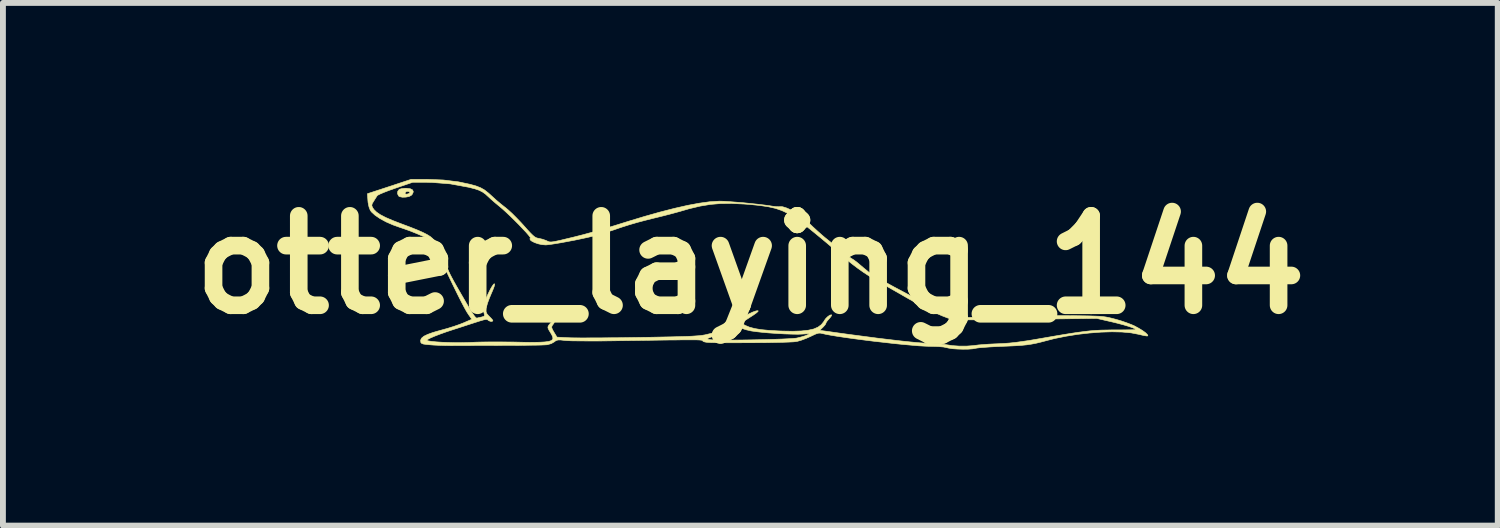
<source format=kicad_pcb>
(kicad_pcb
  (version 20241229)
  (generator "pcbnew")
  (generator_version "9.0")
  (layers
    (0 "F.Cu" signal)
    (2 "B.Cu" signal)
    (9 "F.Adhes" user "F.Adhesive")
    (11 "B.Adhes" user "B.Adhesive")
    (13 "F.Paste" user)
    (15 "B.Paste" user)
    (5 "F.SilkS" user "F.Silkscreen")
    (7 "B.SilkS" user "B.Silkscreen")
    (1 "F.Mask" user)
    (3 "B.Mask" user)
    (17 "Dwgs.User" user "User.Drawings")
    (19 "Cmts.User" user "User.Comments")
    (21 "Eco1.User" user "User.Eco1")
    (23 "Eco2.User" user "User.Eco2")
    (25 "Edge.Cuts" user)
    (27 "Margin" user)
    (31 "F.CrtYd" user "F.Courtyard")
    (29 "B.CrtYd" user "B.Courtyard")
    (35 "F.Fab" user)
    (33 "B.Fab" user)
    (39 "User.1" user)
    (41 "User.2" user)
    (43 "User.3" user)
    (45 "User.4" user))
  (footprint "otter_laying_144"
    (layer "F.Cu")
    (at 9.732 1.461)
    (property "Reference" "otter_laying_144" (at 0 0 0) (layer "F.SilkS") (effects (font (size 1.524 1.524) (thickness 0.3))))
    (attr through_hole)
    (fp_poly (pts (xy -5.794 -1.296) (xy -5.753 -1.275) (xy -5.741 -1.243) (xy -5.759 -1.202) (xy -5.774 -1.185) (xy -5.813 -1.164) (xy -5.868 -1.153) (xy -5.926 -1.151) (xy -5.974 -1.161) (xy -5.991 -1.172) (xy -6.01 -1.21) (xy -6.008 -1.228) (xy -5.882 -1.228) (xy -5.879 -1.207) (xy -5.852 -1.203) (xy -5.818 -1.213) (xy -5.8 -1.228) (xy -5.801 -1.238) (xy -5.826 -1.252) (xy -5.859 -1.248) (xy -5.882 -1.228) (xy -5.882 -1.228) (xy -6.008 -1.228) (xy -6.006 -1.253) (xy -5.981 -1.285) (xy -5.979 -1.286) (xy -5.942 -1.297) (xy -5.889 -1.303) (xy -5.863 -1.304) (xy -5.794 -1.296)) (stroke (width 0.01) (type solid)) (fill yes) (layer "F.SilkS"))
    (fp_poly (pts (xy -5.518 -1.456) (xy -5.233 -1.445) (xy -4.971 -1.413) (xy -4.773 -1.371) (xy -4.673 -1.343) (xy -4.594 -1.312) (xy -4.527 -1.274) (xy -4.46 -1.221) (xy -4.399 -1.166) (xy -4.331 -1.104) (xy -4.255 -1.04) (xy -4.185 -0.984) (xy -4.175 -0.977) (xy -4.126 -0.936) (xy -4.06 -0.876) (xy -3.987 -0.803) (xy -3.911 -0.724) (xy -3.87 -0.679) (xy -3.799 -0.599) (xy -3.745 -0.541) (xy -3.705 -0.502) (xy -3.674 -0.476) (xy -3.647 -0.461) (xy -3.62 -0.453) (xy -3.601 -0.45) (xy -3.538 -0.435) (xy -3.477 -0.413) (xy -3.467 -0.408) (xy -3.443 -0.397) (xy -3.42 -0.39) (xy -3.393 -0.389) (xy -3.355 -0.393) (xy -3.299 -0.404) (xy -3.221 -0.421) (xy -3.164 -0.435) (xy -3.005 -0.473) (xy -2.848 -0.513) (xy -2.687 -0.557) (xy -2.514 -0.607) (xy -2.324 -0.664) (xy -2.109 -0.731) (xy -2.087 -0.738) (xy -1.803 -0.824) (xy -1.537 -0.899) (xy -1.291 -0.962) (xy -1.067 -1.013) (xy -0.867 -1.05) (xy -0.693 -1.074) (xy -0.547 -1.083) (xy -0.522 -1.084) (xy -0.452 -1.082) (xy -0.355 -1.076) (xy -0.241 -1.067) (xy -0.116 -1.057) (xy 0.011 -1.044) (xy 0.133 -1.031) (xy 0.242 -1.018) (xy 0.33 -1.006) (xy 0.373 -0.999) (xy 0.433 -0.991) (xy 0.487 -0.989) (xy 0.509 -0.991) (xy 0.55 -0.989) (xy 0.615 -0.969) (xy 0.695 -0.934) (xy 0.765 -0.9) (xy 0.825 -0.863) (xy 0.883 -0.819) (xy 0.949 -0.759) (xy 0.991 -0.718) (xy 1.066 -0.646) (xy 1.149 -0.57) (xy 1.228 -0.5) (xy 1.278 -0.458) (xy 1.357 -0.395) (xy 1.445 -0.323) (xy 1.528 -0.255) (xy 1.549 -0.238) (xy 1.612 -0.188) (xy 1.67 -0.144) (xy 1.716 -0.112) (xy 1.734 -0.101) (xy 1.767 -0.08) (xy 1.817 -0.042) (xy 1.877 0.008) (xy 1.93 0.053) (xy 2.016 0.124) (xy 2.106 0.188) (xy 2.188 0.238) (xy 2.202 0.246) (xy 2.282 0.287) (xy 2.371 0.335) (xy 2.453 0.38) (xy 2.459 0.383) (xy 2.73 0.527) (xy 3.034 0.67) (xy 3.274 0.773) (xy 3.58 0.9) (xy 4.317 0.88) (xy 4.496 0.876) (xy 4.685 0.872) (xy 4.877 0.869) (xy 5.064 0.867) (xy 5.24 0.866) (xy 5.396 0.866) (xy 5.527 0.867) (xy 5.537 0.867) (xy 5.678 0.869) (xy 5.79 0.871) (xy 5.879 0.874) (xy 5.95 0.877) (xy 6.007 0.882) (xy 6.057 0.889) (xy 6.104 0.898) (xy 6.154 0.91) (xy 6.212 0.925) (xy 6.22 0.927) (xy 6.313 0.954) (xy 6.409 0.987) (xy 6.493 1.019) (xy 6.543 1.041) (xy 6.617 1.081) (xy 6.682 1.121) (xy 6.733 1.158) (xy 6.764 1.189) (xy 6.772 1.209) (xy 6.77 1.211) (xy 6.75 1.212) (xy 6.705 1.205) (xy 6.644 1.191) (xy 6.61 1.183) (xy 6.485 1.159) (xy 6.333 1.145) (xy 6.161 1.141) (xy 5.973 1.147) (xy 5.776 1.162) (xy 5.574 1.185) (xy 5.375 1.217) (xy 5.182 1.256) (xy 5.046 1.291) (xy 4.951 1.316) (xy 4.868 1.336) (xy 4.79 1.351) (xy 4.71 1.363) (xy 4.621 1.372) (xy 4.515 1.379) (xy 4.386 1.385) (xy 4.31 1.388) (xy 4.192 1.393) (xy 4.083 1.399) (xy 3.987 1.406) (xy 3.911 1.412) (xy 3.86 1.418) (xy 3.844 1.421) (xy 3.789 1.431) (xy 3.711 1.437) (xy 3.62 1.438) (xy 3.527 1.435) (xy 3.441 1.429) (xy 3.373 1.418) (xy 3.353 1.413) (xy 3.29 1.4) (xy 3.197 1.392) (xy 3.077 1.389) (xy 3.056 1.389) (xy 2.976 1.386) (xy 2.869 1.38) (xy 2.741 1.369) (xy 2.596 1.356) (xy 2.438 1.34) (xy 2.272 1.321) (xy 2.103 1.302) (xy 1.936 1.281) (xy 1.774 1.26) (xy 1.624 1.239) (xy 1.488 1.219) (xy 1.373 1.2) (xy 1.282 1.183) (xy 1.221 1.169) (xy 1.189 1.163) (xy 1.158 1.165) (xy 1.118 1.177) (xy 1.061 1.203) (xy 1.026 1.22) (xy 0.949 1.254) (xy 0.869 1.284) (xy 0.8 1.304) (xy 0.787 1.306) (xy 0.741 1.312) (xy 0.662 1.316) (xy 0.553 1.32) (xy 0.415 1.323) (xy 0.249 1.326) (xy 0.058 1.327) (xy -0.045 1.327) (xy -0.223 1.328) (xy -0.37 1.328) (xy -0.489 1.327) (xy -0.584 1.326) (xy -0.657 1.325) (xy -0.712 1.322) (xy -0.751 1.319) (xy -0.777 1.314) (xy -0.794 1.309) (xy -0.805 1.302) (xy -0.807 1.301) (xy -0.811 1.296) (xy -0.815 1.292) (xy -0.82 1.288) (xy -0.829 1.285) (xy -0.843 1.283) (xy -0.864 1.281) (xy -0.895 1.279) (xy -0.937 1.278) (xy -0.993 1.278) (xy -1.065 1.278) (xy -1.155 1.278) (xy -1.265 1.28) (xy -1.396 1.281) (xy -1.552 1.283) (xy -1.734 1.286) (xy -1.944 1.289) (xy -2.184 1.292) (xy -2.379 1.295) (xy -2.532 1.297) (xy -2.679 1.298) (xy -2.816 1.297) (xy -2.936 1.296) (xy -3.037 1.295) (xy -3.113 1.292) (xy -3.157 1.289) (xy -3.225 1.281) (xy -3.269 1.28) (xy -3.299 1.286) (xy -3.323 1.299) (xy -3.339 1.312) (xy -3.391 1.342) (xy -3.458 1.361) (xy -3.466 1.362) (xy -3.501 1.364) (xy -3.565 1.367) (xy -3.655 1.369) (xy -3.767 1.37) (xy -3.895 1.372) (xy -4.036 1.373) (xy -4.186 1.373) (xy -4.225 1.373) (xy -4.382 1.374) (xy -4.536 1.374) (xy -4.682 1.374) (xy -4.814 1.375) (xy -4.929 1.375) (xy -5.02 1.375) (xy -5.083 1.376) (xy -5.088 1.376) (xy -5.188 1.375) (xy -5.298 1.372) (xy -5.4 1.367) (xy -5.439 1.364) (xy -5.518 1.357) (xy -5.568 1.35) (xy -5.597 1.34) (xy -5.611 1.327) (xy -5.613 1.322) (xy -5.617 1.284) (xy -5.601 1.25) (xy -5.562 1.217) (xy -5.498 1.186) (xy -5.407 1.153) (xy -5.285 1.118) (xy -5.247 1.108) (xy -5.148 1.08) (xy -5.046 1.048) (xy -4.952 1.015) (xy -4.888 0.99) (xy -4.744 0.928) (xy -4.8 0.849) (xy -4.831 0.801) (xy -4.874 0.724) (xy -4.928 0.621) (xy -4.992 0.494) (xy -5.064 0.347) (xy -5.144 0.181) (xy -5.23 -0.001) (xy -5.282 -0.11) (xy -5.423 -0.415) (xy -5.595 -0.494) (xy -5.686 -0.533) (xy -5.793 -0.576) (xy -5.902 -0.615) (xy -5.965 -0.636) (xy -6.088 -0.68) (xy -6.205 -0.731) (xy -6.308 -0.787) (xy -6.393 -0.845) (xy -6.453 -0.9) (xy -6.474 -0.928) (xy -6.496 -0.985) (xy -6.501 -1.008) (xy -6.449 -1.008) (xy -6.434 -0.973) (xy -6.411 -0.94) (xy -6.368 -0.898) (xy -6.304 -0.854) (xy -6.214 -0.807) (xy -6.096 -0.756) (xy -5.948 -0.699) (xy -5.94 -0.696) (xy -5.793 -0.641) (xy -5.675 -0.594) (xy -5.581 -0.553) (xy -5.508 -0.516) (xy -5.453 -0.482) (xy -5.412 -0.447) (xy -5.38 -0.411) (xy -5.378 -0.408) (xy -5.343 -0.358) (xy -5.314 -0.311) (xy -5.287 -0.259) (xy -5.259 -0.196) (xy -5.226 -0.113) (xy -5.199 -0.041) (xy -5.177 0.017) (xy -5.157 0.067) (xy -5.137 0.114) (xy -5.115 0.161) (xy -5.087 0.215) (xy -5.053 0.278) (xy -5.009 0.356) (xy -4.954 0.452) (xy -4.885 0.571) (xy -4.855 0.623) (xy -4.793 0.729) (xy -4.744 0.809) (xy -4.707 0.863) (xy -4.681 0.895) (xy -4.663 0.908) (xy -4.658 0.908) (xy -4.623 0.899) (xy -4.576 0.889) (xy -4.575 0.889) (xy -4.536 0.876) (xy -4.527 0.857) (xy -4.529 0.852) (xy -4.548 0.779) (xy -4.546 0.709) (xy -4.538 0.675) (xy -4.52 0.618) (xy -4.493 0.552) (xy -4.461 0.482) (xy -4.429 0.418) (xy -4.398 0.365) (xy -4.374 0.331) (xy -4.361 0.322) (xy -4.355 0.333) (xy -4.363 0.367) (xy -4.386 0.428) (xy -4.415 0.495) (xy -4.448 0.574) (xy -4.476 0.65) (xy -4.494 0.713) (xy -4.5 0.745) (xy -4.502 0.794) (xy -4.492 0.828) (xy -4.464 0.862) (xy -4.446 0.88) (xy -4.411 0.916) (xy -4.389 0.943) (xy -4.386 0.952) (xy -4.399 0.964) (xy -4.427 0.963) (xy -4.458 0.951) (xy -4.469 0.941) (xy -4.483 0.932) (xy -4.505 0.93) (xy -4.543 0.938) (xy -4.603 0.955) (xy -4.662 0.974) (xy -4.749 1.002) (xy -4.854 1.036) (xy -4.964 1.072) (xy -5.055 1.101) (xy -5.179 1.142) (xy -5.288 1.181) (xy -5.379 1.216) (xy -5.449 1.246) (xy -5.493 1.269) (xy -5.51 1.284) (xy -5.509 1.287) (xy -5.482 1.297) (xy -5.427 1.305) (xy -5.349 1.313) (xy -5.255 1.319) (xy -5.149 1.323) (xy -5.038 1.326) (xy -4.926 1.326) (xy -4.821 1.324) (xy -4.767 1.322) (xy -4.673 1.318) (xy -4.554 1.315) (xy -4.418 1.314) (xy -4.273 1.314) (xy -4.126 1.315) (xy -4.022 1.316) (xy -3.847 1.32) (xy -3.703 1.321) (xy -3.589 1.319) (xy -3.501 1.314) (xy -3.436 1.306) (xy -3.394 1.292) (xy -3.37 1.274) (xy -3.366 1.261) (xy -0.73 1.261) (xy -0.721 1.268) (xy -0.703 1.273) (xy -0.667 1.277) (xy -0.603 1.28) (xy -0.513 1.282) (xy -0.404 1.282) (xy -0.279 1.282) (xy -0.144 1.281) (xy -0.002 1.279) (xy 0.141 1.276) (xy 0.282 1.273) (xy 0.415 1.269) (xy 0.535 1.265) (xy 0.639 1.26) (xy 0.722 1.255) (xy 0.778 1.25) (xy 0.796 1.247) (xy 0.864 1.23) (xy 0.928 1.211) (xy 0.965 1.197) (xy 0.993 1.184) (xy 1.001 1.177) (xy 0.987 1.174) (xy 0.947 1.176) (xy 0.887 1.18) (xy 0.809 1.183) (xy 0.705 1.181) (xy 0.585 1.177) (xy 0.455 1.17) (xy 0.325 1.161) (xy 0.202 1.15) (xy 0.095 1.138) (xy 0.012 1.126) (xy 0 1.123) (xy -0.07 1.107) (xy -0.135 1.086) (xy -0.181 1.067) (xy -0.182 1.066) (xy -0.237 1.034) (xy -0.36 1.1) (xy -0.44 1.139) (xy -0.533 1.18) (xy -0.618 1.213) (xy -0.618 1.213) (xy -0.682 1.236) (xy -0.719 1.251) (xy -0.73 1.261) (xy -3.366 1.261) (xy -3.363 1.25) (xy -3.37 1.219) (xy -3.389 1.181) (xy -3.406 1.153) (xy -3.435 1.105) (xy -3.448 1.074) (xy -3.446 1.052) (xy -3.432 1.026) (xy -3.43 1.024) (xy -3.397 0.985) (xy -3.364 0.967) (xy -3.341 0.971) (xy -3.343 0.99) (xy -3.359 1.013) (xy -3.379 1.041) (xy -3.384 1.068) (xy -3.371 1.103) (xy -3.34 1.157) (xy -3.294 1.232) (xy -3.099 1.242) (xy -3.046 1.244) (xy -2.962 1.245) (xy -2.853 1.246) (xy -2.721 1.245) (xy -2.57 1.245) (xy -2.404 1.243) (xy -2.227 1.242) (xy -2.042 1.239) (xy -1.905 1.237) (xy -1.684 1.234) (xy -1.494 1.23) (xy -1.333 1.227) (xy -1.198 1.223) (xy -1.086 1.22) (xy -0.995 1.216) (xy -0.922 1.211) (xy -0.864 1.207) (xy -0.818 1.201) (xy -0.783 1.195) (xy -0.779 1.195) (xy -0.636 1.161) (xy -0.517 1.122) (xy -0.409 1.075) (xy -0.303 1.014) (xy -0.2 0.944) (xy -0.115 0.887) (xy -0.033 0.84) (xy 0.041 0.805) (xy 0.099 0.785) (xy 0.132 0.782) (xy 0.132 0.793) (xy 0.105 0.818) (xy 0.052 0.856) (xy 0.004 0.887) (xy -0.059 0.928) (xy -0.11 0.961) (xy -0.143 0.984) (xy -0.152 0.992) (xy -0.139 1.003) (xy -0.104 1.023) (xy -0.083 1.034) (xy -0.013 1.063) (xy 0.074 1.086) (xy 0.182 1.104) (xy 0.315 1.117) (xy 0.476 1.126) (xy 0.551 1.129) (xy 0.726 1.132) (xy 0.87 1.127) (xy 0.988 1.114) (xy 1.081 1.093) (xy 1.154 1.061) (xy 1.21 1.019) (xy 1.252 0.966) (xy 1.261 0.949) (xy 1.287 0.913) (xy 1.322 0.88) (xy 1.356 0.857) (xy 1.381 0.852) (xy 1.385 0.854) (xy 1.38 0.871) (xy 1.357 0.902) (xy 1.341 0.92) (xy 1.308 0.958) (xy 1.289 0.988) (xy 1.287 0.997) (xy 1.275 1.02) (xy 1.246 1.054) (xy 1.232 1.068) (xy 1.201 1.098) (xy 1.186 1.115) (xy 1.186 1.118) (xy 1.205 1.12) (xy 1.251 1.126) (xy 1.319 1.135) (xy 1.401 1.147) (xy 1.436 1.152) (xy 1.696 1.188) (xy 1.941 1.22) (xy 2.169 1.25) (xy 2.377 1.275) (xy 2.564 1.297) (xy 2.726 1.314) (xy 2.863 1.327) (xy 2.97 1.335) (xy 3.047 1.338) (xy 3.048 1.338) (xy 3.138 1.341) (xy 3.228 1.347) (xy 3.305 1.355) (xy 3.344 1.362) (xy 3.442 1.377) (xy 3.56 1.385) (xy 3.682 1.385) (xy 3.796 1.377) (xy 3.835 1.372) (xy 3.888 1.365) (xy 3.966 1.359) (xy 4.06 1.352) (xy 4.162 1.347) (xy 4.216 1.345) (xy 4.317 1.34) (xy 4.413 1.333) (xy 4.511 1.323) (xy 4.619 1.308) (xy 4.744 1.29) (xy 4.891 1.265) (xy 4.961 1.253) (xy 5.156 1.219) (xy 5.322 1.191) (xy 5.463 1.168) (xy 5.585 1.15) (xy 5.692 1.136) (xy 5.788 1.125) (xy 5.878 1.118) (xy 5.967 1.113) (xy 6.059 1.111) (xy 6.158 1.109) (xy 6.219 1.109) (xy 6.324 1.109) (xy 6.416 1.108) (xy 6.491 1.107) (xy 6.544 1.106) (xy 6.569 1.104) (xy 6.57 1.104) (xy 6.554 1.091) (xy 6.51 1.071) (xy 6.442 1.048) (xy 6.355 1.022) (xy 6.253 0.995) (xy 6.162 0.973) (xy 5.901 0.913) (xy 4.868 0.926) (xy 4.619 0.929) (xy 4.401 0.932) (xy 4.212 0.934) (xy 4.051 0.936) (xy 3.914 0.937) (xy 3.799 0.938) (xy 3.705 0.938) (xy 3.628 0.938) (xy 3.566 0.937) (xy 3.518 0.935) (xy 3.481 0.933) (xy 3.452 0.93) (xy 3.43 0.926) (xy 3.411 0.922) (xy 3.394 0.917) (xy 3.377 0.911) (xy 3.37 0.909) (xy 3.266 0.869) (xy 3.138 0.812) (xy 2.992 0.74) (xy 2.832 0.655) (xy 2.709 0.586) (xy 2.606 0.527) (xy 2.493 0.462) (xy 2.382 0.399) (xy 2.285 0.344) (xy 2.261 0.331) (xy 2.14 0.261) (xy 2.032 0.196) (xy 1.932 0.131) (xy 1.833 0.061) (xy 1.731 -0.016) (xy 1.62 -0.105) (xy 1.494 -0.209) (xy 1.369 -0.316) (xy 1.297 -0.377) (xy 1.208 -0.451) (xy 1.111 -0.531) (xy 1.015 -0.609) (xy 0.971 -0.644) (xy 0.85 -0.739) (xy 0.741 -0.815) (xy 0.639 -0.876) (xy 0.537 -0.924) (xy 0.43 -0.961) (xy 0.312 -0.988) (xy 0.175 -1.009) (xy 0.015 -1.026) (xy -0.102 -1.035) (xy -0.313 -1.045) (xy -0.502 -1.044) (xy -0.679 -1.029) (xy -0.855 -1) (xy -1.04 -0.956) (xy -1.164 -0.92) (xy -1.249 -0.896) (xy -1.356 -0.867) (xy -1.476 -0.836) (xy -1.597 -0.806) (xy -1.676 -0.787) (xy -1.798 -0.756) (xy -1.93 -0.721) (xy -2.06 -0.683) (xy -2.177 -0.646) (xy -2.234 -0.627) (xy -2.341 -0.59) (xy -2.459 -0.553) (xy -2.572 -0.519) (xy -2.669 -0.492) (xy -2.68 -0.489) (xy -2.771 -0.467) (xy -2.878 -0.444) (xy -2.992 -0.42) (xy -3.109 -0.398) (xy -3.221 -0.377) (xy -3.323 -0.36) (xy -3.408 -0.347) (xy -3.469 -0.34) (xy -3.489 -0.339) (xy -3.552 -0.344) (xy -3.615 -0.358) (xy -3.673 -0.378) (xy -3.72 -0.401) (xy -3.749 -0.424) (xy -3.755 -0.446) (xy -3.746 -0.455) (xy -3.751 -0.47) (xy -3.777 -0.504) (xy -3.82 -0.554) (xy -3.877 -0.614) (xy -3.942 -0.683) (xy -4.013 -0.754) (xy -4.086 -0.826) (xy -4.157 -0.893) (xy -4.221 -0.951) (xy -4.276 -0.998) (xy -4.284 -1.004) (xy -4.349 -1.058) (xy -4.419 -1.119) (xy -4.462 -1.159) (xy -4.515 -1.207) (xy -4.565 -1.242) (xy -4.621 -1.27) (xy -4.691 -1.294) (xy -4.786 -1.318) (xy -4.797 -1.321) (xy -5.113 -1.379) (xy -5.431 -1.404) (xy -5.518 -1.405) (xy -5.754 -1.405) (xy -6.048 -1.305) (xy -6.153 -1.268) (xy -6.241 -1.234) (xy -6.307 -1.206) (xy -6.348 -1.185) (xy -6.358 -1.176) (xy -6.379 -1.143) (xy -6.407 -1.099) (xy -6.413 -1.089) (xy -6.442 -1.042) (xy -6.449 -1.008) (xy -6.501 -1.008) (xy -6.512 -1.062) (xy -6.515 -1.098) (xy -6.523 -1.211) (xy -6.15 -1.333) (xy -5.778 -1.456) (xy -5.518 -1.456)) (stroke (width 0.01) (type solid)) (fill yes) (layer "F.SilkS")))
  (gr_rect
    (start -3 -3)
    (end 22.464 5.904)
    (stroke (width 0.1) (type default))
    (fill no)
    (layer "Edge.Cuts")))
</source>
